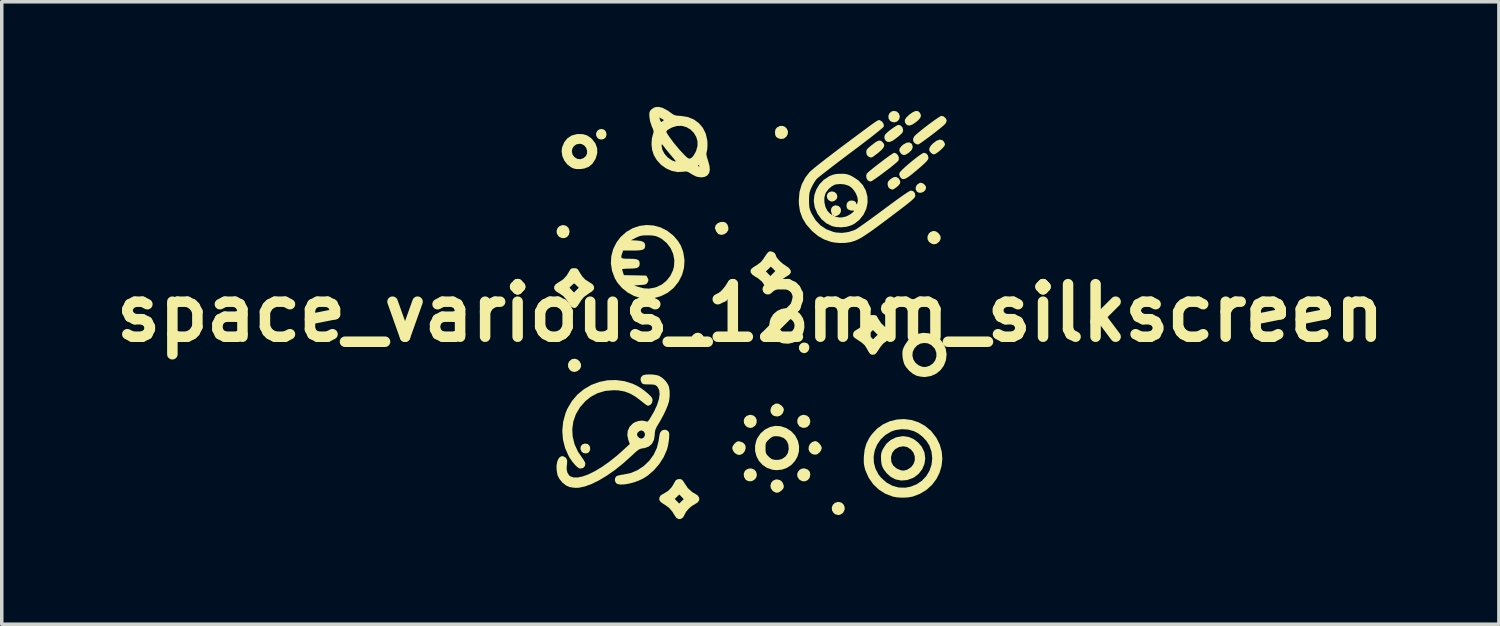
<source format=kicad_pcb>
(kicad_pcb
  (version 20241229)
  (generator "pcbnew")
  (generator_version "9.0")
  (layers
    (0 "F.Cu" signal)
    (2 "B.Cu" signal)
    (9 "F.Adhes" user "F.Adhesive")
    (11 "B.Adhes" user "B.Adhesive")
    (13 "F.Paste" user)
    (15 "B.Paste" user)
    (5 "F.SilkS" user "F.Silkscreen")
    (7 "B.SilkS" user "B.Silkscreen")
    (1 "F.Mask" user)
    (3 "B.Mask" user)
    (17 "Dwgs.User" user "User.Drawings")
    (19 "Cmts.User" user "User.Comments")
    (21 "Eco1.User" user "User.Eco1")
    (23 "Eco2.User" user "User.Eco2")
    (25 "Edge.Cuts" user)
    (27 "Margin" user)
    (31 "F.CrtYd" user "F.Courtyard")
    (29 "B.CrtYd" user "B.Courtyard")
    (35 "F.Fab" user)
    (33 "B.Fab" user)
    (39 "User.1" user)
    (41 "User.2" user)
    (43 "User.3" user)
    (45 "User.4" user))
  (footprint "space_various_12mm_silkscreen"
    (layer "F.Cu")
    (at 18.371 5.885)
    (property "Reference" "space_various_12mm_silkscreen" (at 0 0 0) (layer "F.SilkS") (effects (font (size 1.5 1.5) (thickness 0.3))))
    (attr board_only exclude_from_pos_files exclude_from_bom)
    (fp_poly (pts (xy -4.173 -5.233) (xy -4.123 -5.177) (xy -4.104 -5.095) (xy -4.124 -5.022) (xy -4.174 -4.972) (xy -4.241 -4.951) (xy -4.313 -4.962) (xy -4.362 -4.996) (xy -4.401 -5.062) (xy -4.402 -5.133) (xy -4.371 -5.197) (xy -4.312 -5.241) (xy -4.249 -5.254)) (stroke (width 0) (type solid)) (fill yes) (layer "F.SilkS"))
    (fp_poly (pts (xy 2.412 -3.45) (xy 2.466 -3.395) (xy 2.486 -3.317) (xy 2.465 -3.257) (xy 2.414 -3.208) (xy 2.349 -3.182) (xy 2.298 -3.184) (xy 2.229 -3.225) (xy 2.191 -3.285) (xy 2.185 -3.35) (xy 2.209 -3.411) (xy 2.261 -3.455) (xy 2.334 -3.471)) (stroke (width 0) (type solid)) (fill yes) (layer "F.SilkS"))
    (fp_poly (pts (xy 1.605 0.858) (xy 1.65 0.887) (xy 1.684 0.954) (xy 1.681 1.028) (xy 1.649 1.093) (xy 1.591 1.138) (xy 1.536 1.149) (xy 1.476 1.133) (xy 1.431 1.102) (xy 1.39 1.035) (xy 1.388 0.963) (xy 1.418 0.899) (xy 1.476 0.855) (xy 1.534 0.844)) (stroke (width 0) (type solid)) (fill yes) (layer "F.SilkS"))
    (fp_poly (pts (xy -4.93 1.332) (xy -4.872 1.385) (xy -4.837 1.454) (xy -4.832 1.529) (xy -4.861 1.597) (xy -4.934 1.66) (xy -5.016 1.685) (xy -5.098 1.668) (xy -5.149 1.631) (xy -5.198 1.554) (xy -5.207 1.47) (xy -5.178 1.391) (xy -5.114 1.331) (xy -5.082 1.315) (xy -5.002 1.306)) (stroke (width 0) (type solid)) (fill yes) (layer "F.SilkS"))
    (fp_poly (pts (xy -4.64 3.742) (xy -4.595 3.787) (xy -4.577 3.825) (xy -4.571 3.901) (xy -4.604 3.969) (xy -4.63 3.993) (xy -4.694 4.011) (xy -4.764 3.999) (xy -4.818 3.96) (xy -4.818 3.958) (xy -4.85 3.883) (xy -4.842 3.812) (xy -4.802 3.757) (xy -4.733 3.731) (xy -4.712 3.729)) (stroke (width 0) (type solid)) (fill yes) (layer "F.SilkS"))
    (fp_poly (pts (xy 3.959 -0.315) (xy 4.036 -0.276) (xy 4.087 -0.206) (xy 4.104 -0.127) (xy 4.084 -0.052) (xy 4.033 0.01) (xy 3.963 0.05) (xy 3.886 0.06) (xy 3.835 0.044) (xy 3.762 -0.016) (xy 3.731 -0.096) (xy 3.729 -0.128) (xy 3.748 -0.22) (xy 3.802 -0.286) (xy 3.868 -0.316)) (stroke (width 0) (type solid)) (fill yes) (layer "F.SilkS"))
    (fp_poly (pts (xy 4.184 -5.749) (xy 4.243 -5.693) (xy 4.268 -5.615) (xy 4.269 -5.605) (xy 4.248 -5.525) (xy 4.192 -5.467) (xy 4.114 -5.441) (xy 4.104 -5.441) (xy 4.035 -5.457) (xy 3.987 -5.488) (xy 3.946 -5.557) (xy 3.943 -5.632) (xy 3.972 -5.701) (xy 4.029 -5.751) (xy 4.104 -5.77)) (stroke (width 0) (type solid)) (fill yes) (layer "F.SilkS"))
    (fp_poly (pts (xy 4.903 -3.711) (xy 4.962 -3.676) (xy 5.006 -3.624) (xy 5.019 -3.579) (xy 4.999 -3.512) (xy 4.949 -3.461) (xy 4.882 -3.433) (xy 4.813 -3.432) (xy 4.754 -3.466) (xy 4.753 -3.467) (xy 4.72 -3.533) (xy 4.726 -3.604) (xy 4.766 -3.668) (xy 4.834 -3.712) (xy 4.845 -3.716)) (stroke (width 0) (type solid)) (fill yes) (layer "F.SilkS"))
    (fp_poly (pts (xy 5.3 -2.329) (xy 5.373 -2.277) (xy 5.428 -2.198) (xy 5.436 -2.12) (xy 5.398 -2.043) (xy 5.388 -2.032) (xy 5.316 -1.974) (xy 5.24 -1.96) (xy 5.17 -1.98) (xy 5.098 -2.033) (xy 5.06 -2.106) (xy 5.059 -2.187) (xy 5.094 -2.264) (xy 5.14 -2.308) (xy 5.221 -2.342)) (stroke (width 0) (type solid)) (fill yes) (layer "F.SilkS"))
    (fp_poly (pts (xy -5.255 -2.489) (xy -5.192 -2.432) (xy -5.162 -2.348) (xy -5.16 -2.319) (xy -5.179 -2.233) (xy -5.23 -2.172) (xy -5.301 -2.139) (xy -5.381 -2.138) (xy -5.459 -2.175) (xy -5.477 -2.192) (xy -5.524 -2.266) (xy -5.531 -2.346) (xy -5.505 -2.42) (xy -5.449 -2.478) (xy -5.369 -2.508) (xy -5.341 -2.51)) (stroke (width 0) (type solid)) (fill yes) (layer "F.SilkS"))
    (fp_poly (pts (xy -1.414 0.586) (xy -1.359 0.634) (xy -1.324 0.699) (xy -1.318 0.775) (xy -1.347 0.855) (xy -1.362 0.876) (xy -1.428 0.926) (xy -1.509 0.941) (xy -1.59 0.919) (xy -1.638 0.884) (xy -1.681 0.806) (xy -1.685 0.72) (xy -1.648 0.639) (xy -1.631 0.62) (xy -1.558 0.572) (xy -1.483 0.563)) (stroke (width 0) (type solid)) (fill yes) (layer "F.SilkS"))
    (fp_poly (pts (xy 0.089 2.928) (xy 0.149 2.979) (xy 0.181 3.051) (xy 0.182 3.13) (xy 0.147 3.207) (xy 0.13 3.226) (xy 0.054 3.274) (xy 0 3.283) (xy -0.082 3.262) (xy -0.13 3.226) (xy -0.179 3.15) (xy -0.188 3.069) (xy -0.162 2.996) (xy -0.105 2.939) (xy -0.022 2.91) (xy 0.006 2.908)) (stroke (width 0) (type solid)) (fill yes) (layer "F.SilkS"))
    (fp_poly (pts (xy 0.112 4.472) (xy 0.166 4.532) (xy 0.188 4.615) (xy 0.188 4.62) (xy 0.168 4.702) (xy 0.116 4.763) (xy 0.045 4.8) (xy -0.034 4.806) (xy -0.109 4.778) (xy -0.137 4.754) (xy -0.18 4.678) (xy -0.188 4.594) (xy -0.159 4.517) (xy -0.126 4.481) (xy -0.045 4.442) (xy 0.038 4.441)) (stroke (width 0) (type solid)) (fill yes) (layer "F.SilkS"))
    (fp_poly (pts (xy 0.852 4.772) (xy 0.917 4.831) (xy 0.952 4.918) (xy 0.956 4.974) (xy 0.936 5.02) (xy 0.896 5.065) (xy 0.817 5.122) (xy 0.739 5.132) (xy 0.66 5.096) (xy 0.642 5.081) (xy 0.588 5.009) (xy 0.574 4.93) (xy 0.593 4.854) (xy 0.642 4.792) (xy 0.718 4.756) (xy 0.762 4.752)) (stroke (width 0) (type solid)) (fill yes) (layer "F.SilkS"))
    (fp_poly (pts (xy 0.877 2.634) (xy 0.896 2.651) (xy 0.942 2.705) (xy 0.957 2.751) (xy 0.953 2.798) (xy 0.916 2.879) (xy 0.851 2.934) (xy 0.77 2.956) (xy 0.684 2.942) (xy 0.631 2.911) (xy 0.585 2.847) (xy 0.575 2.768) (xy 0.599 2.688) (xy 0.642 2.635) (xy 0.721 2.588) (xy 0.799 2.588)) (stroke (width 0) (type solid)) (fill yes) (layer "F.SilkS"))
    (fp_poly (pts (xy 0.993 -5.31) (xy 1.046 -5.257) (xy 1.074 -5.187) (xy 1.07 -5.109) (xy 1.032 -5.037) (xy 0.962 -4.98) (xy 0.875 -4.966) (xy 0.803 -4.985) (xy 0.744 -5.021) (xy 0.713 -5.075) (xy 0.704 -5.159) (xy 0.704 -5.172) (xy 0.72 -5.247) (xy 0.765 -5.299) (xy 0.846 -5.339) (xy 0.924 -5.34)) (stroke (width 0) (type solid)) (fill yes) (layer "F.SilkS"))
    (fp_poly (pts (xy 1.614 2.928) (xy 1.679 2.983) (xy 1.71 3.069) (xy 1.712 3.102) (xy 1.692 3.184) (xy 1.641 3.244) (xy 1.57 3.277) (xy 1.49 3.278) (xy 1.413 3.243) (xy 1.394 3.226) (xy 1.348 3.152) (xy 1.339 3.071) (xy 1.364 2.997) (xy 1.419 2.939) (xy 1.497 2.91) (xy 1.522 2.908)) (stroke (width 0) (type solid)) (fill yes) (layer "F.SilkS"))
    (fp_poly (pts (xy 2.6 5.414) (xy 2.66 5.465) (xy 2.692 5.536) (xy 2.693 5.616) (xy 2.656 5.693) (xy 2.64 5.712) (xy 2.564 5.76) (xy 2.51 5.77) (xy 2.427 5.748) (xy 2.379 5.712) (xy 2.333 5.638) (xy 2.326 5.558) (xy 2.352 5.484) (xy 2.408 5.426) (xy 2.488 5.396) (xy 2.516 5.394)) (stroke (width 0) (type solid)) (fill yes) (layer "F.SilkS"))
    (fp_poly (pts (xy 4.603 -4.833) (xy 4.622 -4.805) (xy 4.638 -4.731) (xy 4.608 -4.655) (xy 4.532 -4.58) (xy 4.522 -4.573) (xy 4.444 -4.523) (xy 4.385 -4.507) (xy 4.334 -4.524) (xy 4.292 -4.562) (xy 4.254 -4.628) (xy 4.263 -4.696) (xy 4.317 -4.767) (xy 4.378 -4.816) (xy 4.469 -4.863) (xy 4.545 -4.868)) (stroke (width 0) (type solid)) (fill yes) (layer "F.SilkS"))
    (fp_poly (pts (xy -0.705 -2.58) (xy -0.659 -2.533) (xy -0.63 -2.462) (xy -0.626 -2.386) (xy -0.633 -2.359) (xy -0.679 -2.29) (xy -0.75 -2.245) (xy -0.829 -2.229) (xy -0.903 -2.249) (xy -0.917 -2.258) (xy -0.972 -2.323) (xy -1.005 -2.404) (xy -1.008 -2.439) (xy -0.988 -2.507) (xy -0.933 -2.56) (xy -0.858 -2.594) (xy -0.775 -2.601)) (stroke (width 0) (type solid)) (fill yes) (layer "F.SilkS"))
    (fp_poly (pts (xy 1.629 4.466) (xy 1.65 4.481) (xy 1.696 4.533) (xy 1.712 4.601) (xy 1.712 4.618) (xy 1.693 4.706) (xy 1.642 4.77) (xy 1.571 4.804) (xy 1.491 4.805) (xy 1.413 4.767) (xy 1.394 4.75) (xy 1.346 4.677) (xy 1.337 4.602) (xy 1.36 4.534) (xy 1.408 4.478) (xy 1.473 4.444) (xy 1.549 4.437)) (stroke (width 0) (type solid)) (fill yes) (layer "F.SilkS"))
    (fp_poly (pts (xy 4.792 -5.761) (xy 4.843 -5.714) (xy 4.845 -5.711) (xy 4.871 -5.649) (xy 4.862 -5.588) (xy 4.815 -5.523) (xy 4.728 -5.447) (xy 4.628 -5.38) (xy 4.549 -5.351) (xy 4.486 -5.361) (xy 4.448 -5.39) (xy 4.411 -5.452) (xy 4.413 -5.515) (xy 4.457 -5.584) (xy 4.54 -5.663) (xy 4.643 -5.735) (xy 4.726 -5.768)) (stroke (width 0) (type solid)) (fill yes) (layer "F.SilkS"))
    (fp_poly (pts (xy 1.915 3.678) (xy 1.968 3.724) (xy 2.014 3.784) (xy 2.039 3.841) (xy 2.04 3.855) (xy 2.02 3.924) (xy 1.97 3.99) (xy 1.904 4.036) (xy 1.876 4.044) (xy 1.812 4.042) (xy 1.756 4.022) (xy 1.692 3.965) (xy 1.663 3.893) (xy 1.668 3.815) (xy 1.701 3.744) (xy 1.76 3.688) (xy 1.841 3.66) (xy 1.868 3.659)) (stroke (width 0) (type solid)) (fill yes) (layer "F.SilkS"))
    (fp_poly (pts (xy 5.478 -4.937) (xy 5.522 -4.897) (xy 5.55 -4.844) (xy 5.558 -4.807) (xy 5.541 -4.767) (xy 5.494 -4.712) (xy 5.431 -4.65) (xy 5.36 -4.592) (xy 5.295 -4.548) (xy 5.246 -4.527) (xy 5.239 -4.527) (xy 5.202 -4.54) (xy 5.159 -4.569) (xy 5.112 -4.629) (xy 5.109 -4.697) (xy 5.152 -4.775) (xy 5.221 -4.846) (xy 5.321 -4.919) (xy 5.407 -4.949)) (stroke (width 0) (type solid)) (fill yes) (layer "F.SilkS"))
    (fp_poly (pts (xy -0.3 3.668) (xy -0.211 3.7) (xy -0.155 3.758) (xy -0.138 3.794) (xy -0.133 3.866) (xy -0.158 3.944) (xy -0.206 4.008) (xy -0.247 4.034) (xy -0.301 4.052) (xy -0.339 4.052) (xy -0.39 4.034) (xy -0.39 4.034) (xy -0.456 3.987) (xy -0.502 3.915) (xy -0.516 3.851) (xy -0.5 3.8) (xy -0.46 3.741) (xy -0.445 3.725) (xy -0.391 3.679) (xy -0.345 3.663)) (stroke (width 0) (type solid)) (fill yes) (layer "F.SilkS"))
    (fp_poly (pts (xy 4.225 -3.85) (xy 4.251 -3.82) (xy 4.282 -3.755) (xy 4.273 -3.693) (xy 4.22 -3.628) (xy 4.169 -3.587) (xy 4.108 -3.544) (xy 4.07 -3.524) (xy 4.039 -3.525) (xy 3.999 -3.542) (xy 3.987 -3.548) (xy 3.942 -3.587) (xy 3.922 -3.652) (xy 3.921 -3.662) (xy 3.922 -3.719) (xy 3.942 -3.762) (xy 3.991 -3.81) (xy 4.003 -3.821) (xy 4.088 -3.875) (xy 4.161 -3.885)) (stroke (width 0) (type solid)) (fill yes) (layer "F.SilkS"))
    (fp_poly (pts (xy 3.75 -4.902) (xy 3.776 -4.878) (xy 3.815 -4.827) (xy 3.824 -4.776) (xy 3.801 -4.719) (xy 3.743 -4.652) (xy 3.649 -4.57) (xy 3.581 -4.518) (xy 3.514 -4.468) (xy 3.471 -4.443) (xy 3.439 -4.438) (xy 3.404 -4.45) (xy 3.377 -4.463) (xy 3.332 -4.502) (xy 3.312 -4.568) (xy 3.312 -4.576) (xy 3.312 -4.626) (xy 3.327 -4.666) (xy 3.367 -4.71) (xy 3.415 -4.751) (xy 3.522 -4.837) (xy 3.601 -4.892) (xy 3.661 -4.919) (xy 3.708 -4.922)) (stroke (width 0) (type solid)) (fill yes) (layer "F.SilkS"))
    (fp_poly (pts (xy 4.296 -5.35) (xy 4.344 -5.297) (xy 4.362 -5.228) (xy 4.36 -5.191) (xy 4.349 -5.16) (xy 4.323 -5.126) (xy 4.276 -5.081) (xy 4.2 -5.017) (xy 4.179 -5) (xy 4.074 -4.923) (xy 3.989 -4.884) (xy 3.922 -4.882) (xy 3.866 -4.916) (xy 3.862 -4.921) (xy 3.827 -4.99) (xy 3.834 -5.064) (xy 3.852 -5.095) (xy 3.897 -5.143) (xy 3.964 -5.2) (xy 4.042 -5.26) (xy 4.119 -5.313) (xy 4.186 -5.353) (xy 4.229 -5.371) (xy 4.233 -5.371)) (stroke (width 0) (type solid)) (fill yes) (layer "F.SilkS"))
    (fp_poly (pts (xy 5.024 -4.553) (xy 5.07 -4.499) (xy 5.086 -4.428) (xy 5.085 -4.418) (xy 5.075 -4.386) (xy 5.046 -4.345) (xy 4.996 -4.291) (xy 4.918 -4.219) (xy 4.81 -4.125) (xy 4.766 -4.087) (xy 4.635 -3.978) (xy 4.532 -3.898) (xy 4.453 -3.847) (xy 4.393 -3.823) (xy 4.346 -3.822) (xy 4.309 -3.844) (xy 4.277 -3.883) (xy 4.251 -3.946) (xy 4.259 -4) (xy 4.286 -4.037) (xy 4.342 -4.095) (xy 4.42 -4.168) (xy 4.513 -4.249) (xy 4.613 -4.332) (xy 4.713 -4.412) (xy 4.805 -4.482) (xy 4.882 -4.535) (xy 4.937 -4.567) (xy 4.957 -4.573)) (stroke (width 0) (type solid)) (fill yes) (layer "F.SilkS"))
    (fp_poly (pts (xy 4.168 -4.553) (xy 4.216 -4.501) (xy 4.242 -4.435) (xy 4.237 -4.369) (xy 4.227 -4.349) (xy 4.196 -4.316) (xy 4.136 -4.264) (xy 4.054 -4.196) (xy 3.956 -4.119) (xy 3.85 -4.038) (xy 3.743 -3.958) (xy 3.641 -3.884) (xy 3.553 -3.822) (xy 3.485 -3.777) (xy 3.443 -3.754) (xy 3.436 -3.753) (xy 3.38 -3.769) (xy 3.346 -3.795) (xy 3.315 -3.856) (xy 3.309 -3.927) (xy 3.325 -3.977) (xy 3.354 -4.008) (xy 3.413 -4.059) (xy 3.494 -4.125) (xy 3.59 -4.201) (xy 3.694 -4.282) (xy 3.801 -4.362) (xy 3.901 -4.437) (xy 3.989 -4.5) (xy 4.057 -4.546) (xy 4.099 -4.571) (xy 4.107 -4.573)) (stroke (width 0) (type solid)) (fill yes) (layer "F.SilkS"))
    (fp_poly (pts (xy 5.52 -5.61) (xy 5.574 -5.564) (xy 5.604 -5.507) (xy 5.605 -5.491) (xy 5.591 -5.44) (xy 5.564 -5.398) (xy 5.526 -5.361) (xy 5.461 -5.305) (xy 5.375 -5.236) (xy 5.276 -5.157) (xy 5.17 -5.076) (xy 5.065 -4.997) (xy 4.967 -4.925) (xy 4.884 -4.866) (xy 4.822 -4.825) (xy 4.789 -4.808) (xy 4.787 -4.808) (xy 4.739 -4.821) (xy 4.696 -4.844) (xy 4.652 -4.9) (xy 4.647 -4.969) (xy 4.681 -5.041) (xy 4.708 -5.071) (xy 4.779 -5.134) (xy 4.869 -5.209) (xy 4.972 -5.29) (xy 5.081 -5.373) (xy 5.188 -5.453) (xy 5.286 -5.523) (xy 5.369 -5.579) (xy 5.43 -5.616) (xy 5.459 -5.628)) (stroke (width 0) (type solid)) (fill yes) (layer "F.SilkS"))
    (fp_poly (pts (xy -2.404 3.338) (xy -2.348 3.371) (xy -2.322 3.411) (xy -2.314 3.47) (xy -2.317 3.56) (xy -2.329 3.668) (xy -2.348 3.78) (xy -2.374 3.884) (xy -2.381 3.907) (xy -2.472 4.114) (xy -2.599 4.313) (xy -2.755 4.493) (xy -2.93 4.644) (xy -3.051 4.722) (xy -3.18 4.784) (xy -3.317 4.834) (xy -3.455 4.871) (xy -3.584 4.893) (xy -3.696 4.899) (xy -3.782 4.887) (xy -3.831 4.859) (xy -3.865 4.794) (xy -3.864 4.724) (xy -3.83 4.668) (xy -3.817 4.659) (xy -3.765 4.639) (xy -3.687 4.621) (xy -3.619 4.612) (xy -3.412 4.569) (xy -3.217 4.486) (xy -3.04 4.368) (xy -2.886 4.22) (xy -2.76 4.048) (xy -2.669 3.857) (xy -2.618 3.653) (xy -2.613 3.617) (xy -2.601 3.53) (xy -2.585 3.452) (xy -2.575 3.418) (xy -2.533 3.362) (xy -2.471 3.335)) (stroke (width 0) (type solid)) (fill yes) (layer "F.SilkS"))
    (fp_poly (pts (xy -4.779 -5.105) (xy -4.657 -5.068) (xy -4.548 -4.993) (xy -4.517 -4.963) (xy -4.422 -4.84) (xy -4.373 -4.705) (xy -4.369 -4.563) (xy -4.412 -4.416) (xy -4.427 -4.384) (xy -4.51 -4.257) (xy -4.614 -4.171) (xy -4.743 -4.123) (xy -4.85 -4.109) (xy -4.947 -4.107) (xy -5.019 -4.118) (xy -5.086 -4.143) (xy -5.113 -4.157) (xy -5.225 -4.24) (xy -5.312 -4.352) (xy -5.368 -4.482) (xy -5.385 -4.602) (xy -5.095 -4.602) (xy -5.072 -4.516) (xy -5.02 -4.45) (xy -4.936 -4.398) (xy -4.847 -4.39) (xy -4.762 -4.421) (xy -4.695 -4.477) (xy -4.662 -4.552) (xy -4.66 -4.634) (xy -4.686 -4.714) (xy -4.738 -4.78) (xy -4.813 -4.822) (xy -4.876 -4.831) (xy -4.969 -4.812) (xy -5.04 -4.76) (xy -5.083 -4.686) (xy -5.095 -4.602) (xy -5.385 -4.602) (xy -5.387 -4.618) (xy -5.373 -4.728) (xy -5.312 -4.875) (xy -5.22 -4.989) (xy -5.099 -5.067) (xy -4.954 -5.106) (xy -4.926 -5.108)) (stroke (width 0) (type solid)) (fill yes) (layer "F.SilkS"))
    (fp_poly (pts (xy 1.163 -0.125) (xy 1.292 -0.076) (xy 1.406 0.011) (xy 1.423 0.029) (xy 1.5 0.144) (xy 1.539 0.272) (xy 1.543 0.424) (xy 1.543 0.425) (xy 1.511 0.566) (xy 1.443 0.686) (xy 1.344 0.781) (xy 1.223 0.847) (xy 1.086 0.878) (xy 0.941 0.869) (xy 0.885 0.855) (xy 0.774 0.8) (xy 0.671 0.714) (xy 0.592 0.613) (xy 0.572 0.572) (xy 0.546 0.466) (xy 0.544 0.388) (xy 0.821 0.388) (xy 0.842 0.461) (xy 0.897 0.526) (xy 0.972 0.572) (xy 1.044 0.586) (xy 1.122 0.573) (xy 1.19 0.525) (xy 1.198 0.518) (xy 1.252 0.436) (xy 1.265 0.347) (xy 1.241 0.263) (xy 1.183 0.194) (xy 1.093 0.151) (xy 1.092 0.151) (xy 1.003 0.15) (xy 0.923 0.188) (xy 0.86 0.255) (xy 0.825 0.344) (xy 0.821 0.388) (xy 0.544 0.388) (xy 0.542 0.341) (xy 0.561 0.218) (xy 0.584 0.151) (xy 0.662 0.03) (xy 0.768 -0.059) (xy 0.892 -0.116) (xy 1.027 -0.138)) (stroke (width 0) (type solid)) (fill yes) (layer "F.SilkS"))
    (fp_poly (pts (xy -1.946 4.763) (xy -1.898 4.825) (xy -1.881 4.855) (xy -1.782 5.002) (xy -1.66 5.113) (xy -1.581 5.158) (xy -1.498 5.214) (xy -1.458 5.28) (xy -1.46 5.348) (xy -1.505 5.411) (xy -1.572 5.453) (xy -1.669 5.511) (xy -1.761 5.591) (xy -1.835 5.68) (xy -1.877 5.759) (xy -1.918 5.834) (xy -1.977 5.878) (xy -2.042 5.886) (xy -2.102 5.858) (xy -2.123 5.834) (xy -2.157 5.783) (xy -2.202 5.713) (xy -2.227 5.672) (xy -2.315 5.567) (xy -2.429 5.484) (xy -2.52 5.426) (xy -2.575 5.379) (xy -2.598 5.333) (xy -2.598 5.309) (xy -2.158 5.309) (xy -2.095 5.375) (xy -2.031 5.441) (xy -1.966 5.378) (xy -1.9 5.315) (xy -1.963 5.249) (xy -2.026 5.183) (xy -2.092 5.246) (xy -2.158 5.309) (xy -2.598 5.309) (xy -2.597 5.28) (xy -2.594 5.268) (xy -2.565 5.215) (xy -2.501 5.172) (xy -2.478 5.161) (xy -2.349 5.082) (xy -2.242 4.971) (xy -2.179 4.863) (xy -2.134 4.784) (xy -2.08 4.748) (xy -2.079 4.748) (xy -2.003 4.74)) (stroke (width 0) (type solid)) (fill yes) (layer "F.SilkS"))
    (fp_poly (pts (xy 0.645 -1.743) (xy 0.698 -1.706) (xy 0.726 -1.659) (xy 0.727 -1.649) (xy 0.745 -1.6) (xy 0.792 -1.536) (xy 0.858 -1.466) (xy 0.934 -1.401) (xy 0.999 -1.357) (xy 1.097 -1.289) (xy 1.15 -1.222) (xy 1.158 -1.157) (xy 1.12 -1.098) (xy 1.041 -1.047) (xy 0.905 -0.959) (xy 0.792 -0.835) (xy 0.738 -0.748) (xy 0.679 -0.661) (xy 0.615 -0.614) (xy 0.55 -0.609) (xy 0.49 -0.648) (xy 0.487 -0.651) (xy 0.454 -0.699) (xy 0.418 -0.765) (xy 0.412 -0.776) (xy 0.335 -0.893) (xy 0.219 -0.991) (xy 0.141 -1.036) (xy 0.057 -1.094) (xy 0.011 -1.157) (xy 0.009 -1.187) (xy 0.445 -1.187) (xy 0.509 -1.121) (xy 0.573 -1.054) (xy 0.644 -1.125) (xy 0.714 -1.196) (xy 0.651 -1.26) (xy 0.587 -1.323) (xy 0.516 -1.255) (xy 0.445 -1.187) (xy 0.009 -1.187) (xy 0.007 -1.219) (xy 0.036 -1.266) (xy 0.085 -1.304) (xy 0.154 -1.348) (xy 0.188 -1.367) (xy 0.297 -1.449) (xy 0.369 -1.538) (xy 0.432 -1.634) (xy 0.477 -1.697) (xy 0.509 -1.734) (xy 0.536 -1.753) (xy 0.564 -1.758) (xy 0.584 -1.759)) (stroke (width 0) (type solid)) (fill yes) (layer "F.SilkS"))
    (fp_poly (pts (xy 3.566 0.062) (xy 3.602 0.081) (xy 3.633 0.127) (xy 3.648 0.158) (xy 3.734 0.291) (xy 3.848 0.402) (xy 3.955 0.468) (xy 4.033 0.516) (xy 4.07 0.571) (xy 4.072 0.578) (xy 4.077 0.635) (xy 4.057 0.683) (xy 4.005 0.73) (xy 3.916 0.786) (xy 3.914 0.786) (xy 3.79 0.878) (xy 3.712 0.974) (xy 3.664 1.048) (xy 3.62 1.113) (xy 3.6 1.143) (xy 3.544 1.187) (xy 3.474 1.193) (xy 3.428 1.175) (xy 3.401 1.145) (xy 3.363 1.085) (xy 3.333 1.029) (xy 3.268 0.925) (xy 3.181 0.846) (xy 3.154 0.827) (xy 3.057 0.764) (xy 2.993 0.72) (xy 2.956 0.688) (xy 2.938 0.661) (xy 2.934 0.633) (xy 2.935 0.615) (xy 3.374 0.615) (xy 3.439 0.683) (xy 3.504 0.751) (xy 3.57 0.687) (xy 3.636 0.623) (xy 3.569 0.556) (xy 3.501 0.488) (xy 3.437 0.552) (xy 3.374 0.615) (xy 2.935 0.615) (xy 2.936 0.602) (xy 2.948 0.553) (xy 2.979 0.515) (xy 3.042 0.475) (xy 3.057 0.467) (xy 3.18 0.387) (xy 3.274 0.293) (xy 3.351 0.172) (xy 3.389 0.106) (xy 3.421 0.073) (xy 3.462 0.06) (xy 3.506 0.059)) (stroke (width 0) (type solid)) (fill yes) (layer "F.SilkS"))
    (fp_poly (pts (xy 4.524 3.54) (xy 4.665 3.602) (xy 4.791 3.698) (xy 4.894 3.819) (xy 4.963 3.959) (xy 4.974 3.995) (xy 4.994 4.154) (xy 4.971 4.311) (xy 4.909 4.458) (xy 4.812 4.586) (xy 4.683 4.689) (xy 4.638 4.713) (xy 4.475 4.771) (xy 4.309 4.784) (xy 4.147 4.752) (xy 4.143 4.75) (xy 4.008 4.679) (xy 3.888 4.57) (xy 3.811 4.468) (xy 3.771 4.394) (xy 3.748 4.321) (xy 3.736 4.23) (xy 3.733 4.182) (xy 3.731 4.125) (xy 4.017 4.125) (xy 4.026 4.25) (xy 4.077 4.353) (xy 4.168 4.433) (xy 4.199 4.45) (xy 4.297 4.491) (xy 4.381 4.5) (xy 4.468 4.478) (xy 4.486 4.471) (xy 4.589 4.404) (xy 4.66 4.313) (xy 4.696 4.207) (xy 4.695 4.095) (xy 4.657 3.986) (xy 4.588 3.901) (xy 4.484 3.83) (xy 4.372 3.806) (xy 4.249 3.828) (xy 4.233 3.834) (xy 4.125 3.897) (xy 4.053 3.99) (xy 4.018 4.111) (xy 4.017 4.125) (xy 3.731 4.125) (xy 3.73 4.083) (xy 3.738 4.01) (xy 3.759 3.943) (xy 3.787 3.882) (xy 3.882 3.737) (xy 4.008 3.626) (xy 4.158 3.552) (xy 4.329 3.52) (xy 4.376 3.518)) (stroke (width 0) (type solid)) (fill yes) (layer "F.SilkS"))
    (fp_poly (pts (xy 5.096 0.58) (xy 5.259 0.637) (xy 5.281 0.649) (xy 5.415 0.747) (xy 5.516 0.876) (xy 5.581 1.027) (xy 5.604 1.186) (xy 5.584 1.354) (xy 5.525 1.504) (xy 5.431 1.632) (xy 5.309 1.732) (xy 5.162 1.799) (xy 4.998 1.827) (xy 4.962 1.828) (xy 4.866 1.818) (xy 4.768 1.798) (xy 4.74 1.789) (xy 4.638 1.735) (xy 4.535 1.649) (xy 4.447 1.547) (xy 4.398 1.466) (xy 4.372 1.389) (xy 4.351 1.29) (xy 4.344 1.221) (xy 4.628 1.221) (xy 4.656 1.329) (xy 4.717 1.424) (xy 4.808 1.496) (xy 4.815 1.499) (xy 4.915 1.538) (xy 5.004 1.543) (xy 5.101 1.514) (xy 5.127 1.503) (xy 5.218 1.438) (xy 5.282 1.346) (xy 5.313 1.239) (xy 5.31 1.129) (xy 5.27 1.026) (xy 5.259 1.01) (xy 5.17 0.919) (xy 5.072 0.869) (xy 4.972 0.856) (xy 4.857 0.874) (xy 4.76 0.929) (xy 4.686 1.01) (xy 4.637 1.111) (xy 4.628 1.221) (xy 4.344 1.221) (xy 4.344 1.22) (xy 4.341 1.133) (xy 4.349 1.066) (xy 4.372 0.999) (xy 4.413 0.915) (xy 4.511 0.772) (xy 4.635 0.665) (xy 4.778 0.596) (xy 4.934 0.567)) (stroke (width 0) (type solid)) (fill yes) (layer "F.SilkS"))
    (fp_poly (pts (xy 0.861 3.232) (xy 0.867 3.233) (xy 1.031 3.288) (xy 1.171 3.379) (xy 1.28 3.498) (xy 1.282 3.501) (xy 1.359 3.651) (xy 1.392 3.804) (xy 1.388 3.955) (xy 1.348 4.097) (xy 1.276 4.225) (xy 1.177 4.334) (xy 1.054 4.418) (xy 0.911 4.471) (xy 0.752 4.488) (xy 0.637 4.477) (xy 0.482 4.426) (xy 0.352 4.341) (xy 0.248 4.227) (xy 0.176 4.092) (xy 0.137 3.943) (xy 0.137 3.855) (xy 0.434 3.855) (xy 0.436 3.942) (xy 0.447 3.999) (xy 0.47 4.043) (xy 0.504 4.082) (xy 0.559 4.133) (xy 0.61 4.17) (xy 0.622 4.176) (xy 0.706 4.194) (xy 0.805 4.193) (xy 0.894 4.173) (xy 0.91 4.165) (xy 1.011 4.094) (xy 1.071 4.002) (xy 1.096 3.888) (xy 1.086 3.756) (xy 1.039 3.65) (xy 0.957 3.572) (xy 0.843 3.528) (xy 0.744 3.518) (xy 0.673 3.522) (xy 0.619 3.541) (xy 0.563 3.583) (xy 0.533 3.61) (xy 0.479 3.662) (xy 0.45 3.704) (xy 0.437 3.753) (xy 0.434 3.827) (xy 0.434 3.855) (xy 0.137 3.855) (xy 0.136 3.786) (xy 0.176 3.629) (xy 0.201 3.573) (xy 0.294 3.437) (xy 0.415 3.331) (xy 0.555 3.259) (xy 0.707 3.224)) (stroke (width 0) (type solid)) (fill yes) (layer "F.SilkS"))
    (fp_poly (pts (xy -4.974 -1.275) (xy -4.937 -1.258) (xy -4.905 -1.216) (xy -4.877 -1.168) (xy -4.799 -1.044) (xy -4.713 -0.954) (xy -4.603 -0.883) (xy -4.591 -0.877) (xy -4.51 -0.825) (xy -4.469 -0.771) (xy -4.465 -0.758) (xy -4.459 -0.704) (xy -4.478 -0.658) (xy -4.526 -0.611) (xy -4.61 -0.556) (xy -4.631 -0.543) (xy -4.752 -0.454) (xy -4.832 -0.356) (xy -4.893 -0.259) (xy -4.937 -0.196) (xy -4.971 -0.16) (xy -5.002 -0.144) (xy -5.031 -0.141) (xy -5.088 -0.16) (xy -5.124 -0.193) (xy -5.157 -0.243) (xy -5.204 -0.313) (xy -5.237 -0.363) (xy -5.335 -0.478) (xy -5.439 -0.551) (xy -5.529 -0.606) (xy -5.581 -0.654) (xy -5.602 -0.702) (xy -5.6 -0.721) (xy -5.163 -0.721) (xy -5.098 -0.653) (xy -5.033 -0.585) (xy -4.965 -0.653) (xy -4.897 -0.721) (xy -4.959 -0.782) (xy -5.002 -0.823) (xy -5.028 -0.843) (xy -5.031 -0.844) (xy -5.052 -0.829) (xy -5.092 -0.793) (xy -5.102 -0.783) (xy -5.163 -0.721) (xy -5.6 -0.721) (xy -5.597 -0.758) (xy -5.597 -0.758) (xy -5.564 -0.813) (xy -5.492 -0.865) (xy -5.47 -0.877) (xy -5.341 -0.961) (xy -5.24 -1.072) (xy -5.179 -1.173) (xy -5.143 -1.236) (xy -5.111 -1.267) (xy -5.067 -1.277) (xy -5.03 -1.278)) (stroke (width 0) (type solid)) (fill yes) (layer "F.SilkS"))
    (fp_poly (pts (xy -3.591 1.948) (xy -3.352 2.023) (xy -3.233 2.08) (xy -3.134 2.139) (xy -3.026 2.215) (xy -2.934 2.291) (xy -2.86 2.36) (xy -2.817 2.41) (xy -2.796 2.453) (xy -2.791 2.498) (xy -2.791 2.498) (xy -2.809 2.571) (xy -2.856 2.626) (xy -2.918 2.65) (xy -2.923 2.65) (xy -2.953 2.636) (xy -3.008 2.598) (xy -3.078 2.544) (xy -3.1 2.525) (xy -3.271 2.394) (xy -3.432 2.301) (xy -3.592 2.241) (xy -3.763 2.211) (xy -3.9 2.205) (xy -4.139 2.225) (xy -4.356 2.288) (xy -4.554 2.393) (xy -4.706 2.515) (xy -4.863 2.693) (xy -4.979 2.889) (xy -5.052 3.097) (xy -5.083 3.314) (xy -5.071 3.533) (xy -5.017 3.75) (xy -4.919 3.962) (xy -4.807 4.126) (xy -4.756 4.198) (xy -4.721 4.264) (xy -4.708 4.307) (xy -4.728 4.381) (xy -4.779 4.429) (xy -4.85 4.441) (xy -4.893 4.431) (xy -4.944 4.397) (xy -5.009 4.332) (xy -5.08 4.247) (xy -5.147 4.15) (xy -5.182 4.093) (xy -5.287 3.859) (xy -5.349 3.613) (xy -5.368 3.36) (xy -5.343 3.106) (xy -5.275 2.858) (xy -5.221 2.73) (xy -5.092 2.513) (xy -4.932 2.326) (xy -4.745 2.173) (xy -4.537 2.053) (xy -4.312 1.969) (xy -4.076 1.922) (xy -3.834 1.915)) (stroke (width 0) (type solid)) (fill yes) (layer "F.SilkS"))
    (fp_poly (pts (xy 4.598 3.055) (xy 4.798 3.119) (xy 4.985 3.221) (xy 5.153 3.362) (xy 5.173 3.383) (xy 5.312 3.564) (xy 5.409 3.758) (xy 5.465 3.96) (xy 5.482 4.164) (xy 5.461 4.366) (xy 5.404 4.56) (xy 5.313 4.742) (xy 5.188 4.907) (xy 5.031 5.049) (xy 4.843 5.163) (xy 4.645 5.24) (xy 4.506 5.266) (xy 4.345 5.274) (xy 4.183 5.264) (xy 4.063 5.241) (xy 3.855 5.161) (xy 3.669 5.043) (xy 3.509 4.89) (xy 3.381 4.708) (xy 3.289 4.502) (xy 3.28 4.475) (xy 3.255 4.377) (xy 3.241 4.285) (xy 3.239 4.18) (xy 3.242 4.101) (xy 3.521 4.101) (xy 3.528 4.277) (xy 3.575 4.449) (xy 3.661 4.612) (xy 3.733 4.703) (xy 3.886 4.839) (xy 4.055 4.933) (xy 4.236 4.983) (xy 4.425 4.988) (xy 4.568 4.962) (xy 4.748 4.892) (xy 4.902 4.787) (xy 5.026 4.654) (xy 5.118 4.499) (xy 5.175 4.327) (xy 5.194 4.146) (xy 5.173 3.961) (xy 5.109 3.779) (xy 5.031 3.657) (xy 4.922 3.539) (xy 4.796 3.44) (xy 4.674 3.375) (xy 4.501 3.329) (xy 4.32 3.318) (xy 4.144 3.343) (xy 4.022 3.385) (xy 3.855 3.485) (xy 3.72 3.613) (xy 3.618 3.763) (xy 3.552 3.927) (xy 3.521 4.101) (xy 3.242 4.101) (xy 3.242 4.097) (xy 3.264 3.901) (xy 3.313 3.731) (xy 3.393 3.573) (xy 3.468 3.465) (xy 3.618 3.304) (xy 3.791 3.179) (xy 3.982 3.092) (xy 4.184 3.042) (xy 4.392 3.029)) (stroke (width 0) (type solid)) (fill yes) (layer "F.SilkS"))
    (fp_poly (pts (xy 2.684 -3.972) (xy 2.761 -3.96) (xy 2.835 -3.935) (xy 2.922 -3.893) (xy 3.085 -3.786) (xy 3.211 -3.653) (xy 3.298 -3.496) (xy 3.344 -3.321) (xy 3.348 -3.15) (xy 3.311 -2.972) (xy 3.233 -2.808) (xy 3.12 -2.665) (xy 2.978 -2.551) (xy 2.889 -2.504) (xy 2.749 -2.461) (xy 2.59 -2.445) (xy 2.432 -2.456) (xy 2.327 -2.482) (xy 2.165 -2.564) (xy 2.027 -2.683) (xy 1.957 -2.779) (xy 2.369 -2.779) (xy 2.381 -2.767) (xy 2.392 -2.779) (xy 2.381 -2.791) (xy 2.369 -2.779) (xy 1.957 -2.779) (xy 1.917 -2.834) (xy 1.841 -3.01) (xy 1.838 -3.021) (xy 1.812 -3.191) (xy 1.821 -3.288) (xy 2.113 -3.288) (xy 2.115 -3.157) (xy 2.145 -3.029) (xy 2.201 -2.917) (xy 2.279 -2.835) (xy 2.28 -2.834) (xy 2.326 -2.803) (xy 2.34 -2.798) (xy 2.331 -2.82) (xy 2.325 -2.833) (xy 2.3 -2.915) (xy 2.313 -2.99) (xy 2.356 -3.046) (xy 2.426 -3.072) (xy 2.441 -3.072) (xy 2.517 -3.055) (xy 2.567 -3.009) (xy 2.589 -2.947) (xy 2.583 -2.88) (xy 2.548 -2.82) (xy 2.483 -2.779) (xy 2.468 -2.775) (xy 2.404 -2.759) (xy 2.463 -2.742) (xy 2.538 -2.726) (xy 2.61 -2.727) (xy 2.701 -2.745) (xy 2.709 -2.747) (xy 2.764 -2.767) (xy 2.823 -2.799) (xy 2.88 -2.836) (xy 2.927 -2.873) (xy 2.956 -2.904) (xy 2.96 -2.922) (xy 2.934 -2.923) (xy 2.861 -2.926) (xy 2.792 -2.958) (xy 2.762 -2.988) (xy 2.745 -3.049) (xy 2.755 -3.121) (xy 2.783 -3.17) (xy 2.836 -3.203) (xy 2.902 -3.211) (xy 2.965 -3.197) (xy 3.012 -3.164) (xy 3.026 -3.124) (xy 3.029 -3.098) (xy 3.043 -3.112) (xy 3.052 -3.127) (xy 3.071 -3.203) (xy 3.059 -3.297) (xy 3.021 -3.399) (xy 2.962 -3.496) (xy 2.888 -3.579) (xy 2.81 -3.632) (xy 2.696 -3.669) (xy 2.568 -3.682) (xy 2.447 -3.671) (xy 2.4 -3.657) (xy 2.318 -3.61) (xy 2.234 -3.536) (xy 2.167 -3.451) (xy 2.143 -3.407) (xy 2.113 -3.288) (xy 1.821 -3.288) (xy 1.828 -3.362) (xy 1.884 -3.525) (xy 1.975 -3.675) (xy 2.099 -3.803) (xy 2.251 -3.902) (xy 2.272 -3.912) (xy 2.362 -3.948) (xy 2.449 -3.967) (xy 2.556 -3.974) (xy 2.583 -3.974)) (stroke (width 0) (type solid)) (fill yes) (layer "F.SilkS"))
    (fp_poly (pts (xy -2.759 -2.497) (xy -2.562 -2.443) (xy -2.375 -2.349) (xy -2.205 -2.215) (xy -2.172 -2.182) (xy -2.06 -2.049) (xy -1.98 -1.916) (xy -1.923 -1.763) (xy -1.911 -1.72) (xy -1.879 -1.506) (xy -1.892 -1.293) (xy -1.948 -1.088) (xy -2.045 -0.896) (xy -2.181 -0.724) (xy -2.191 -0.714) (xy -2.356 -0.579) (xy -2.543 -0.484) (xy -2.718 -0.432) (xy -2.839 -0.41) (xy -2.938 -0.403) (xy -3.038 -0.411) (xy -3.131 -0.426) (xy -3.321 -0.485) (xy -3.502 -0.584) (xy -3.664 -0.714) (xy -3.797 -0.87) (xy -3.868 -0.99) (xy -3.947 -1.199) (xy -3.98 -1.412) (xy -3.97 -1.591) (xy -3.684 -1.591) (xy -3.664 -1.565) (xy -3.613 -1.552) (xy -3.524 -1.548) (xy -3.464 -1.548) (xy -3.337 -1.545) (xy -3.249 -1.533) (xy -3.195 -1.509) (xy -3.167 -1.47) (xy -3.158 -1.413) (xy -3.158 -1.407) (xy -3.166 -1.348) (xy -3.194 -1.307) (xy -3.248 -1.282) (xy -3.335 -1.27) (xy -3.452 -1.266) (xy -3.544 -1.264) (xy -3.615 -1.259) (xy -3.654 -1.251) (xy -3.659 -1.247) (xy -3.652 -1.212) (xy -3.634 -1.157) (xy -3.633 -1.153) (xy -3.608 -1.08) (xy -3.288 -1.074) (xy -2.969 -1.067) (xy -2.933 -1.003) (xy -2.91 -0.952) (xy -2.914 -0.91) (xy -2.932 -0.874) (xy -2.955 -0.84) (xy -2.984 -0.82) (xy -3.033 -0.807) (xy -3.112 -0.8) (xy -3.144 -0.797) (xy -3.319 -0.786) (xy -3.201 -0.746) (xy -3.043 -0.704) (xy -2.898 -0.695) (xy -2.747 -0.72) (xy -2.678 -0.74) (xy -2.526 -0.812) (xy -2.392 -0.922) (xy -2.283 -1.06) (xy -2.207 -1.22) (xy -2.178 -1.331) (xy -2.169 -1.512) (xy -2.203 -1.688) (xy -2.276 -1.851) (xy -2.385 -1.994) (xy -2.524 -2.111) (xy -2.624 -2.166) (xy -2.699 -2.194) (xy -2.784 -2.21) (xy -2.894 -2.216) (xy -2.932 -2.216) (xy -3.038 -2.214) (xy -3.117 -2.205) (xy -3.184 -2.185) (xy -3.26 -2.151) (xy -3.27 -2.146) (xy -3.41 -2.076) (xy -3.248 -2.069) (xy -3.131 -2.056) (xy -3.054 -2.029) (xy -3.013 -1.985) (xy -3.002 -1.927) (xy -3.008 -1.871) (xy -3.03 -1.831) (xy -3.074 -1.805) (xy -3.148 -1.79) (xy -3.258 -1.783) (xy -3.355 -1.782) (xy -3.631 -1.782) (xy -3.656 -1.709) (xy -3.679 -1.638) (xy -3.684 -1.591) (xy -3.97 -1.591) (xy -3.968 -1.624) (xy -3.913 -1.829) (xy -3.815 -2.022) (xy -3.701 -2.17) (xy -3.539 -2.315) (xy -3.358 -2.42) (xy -3.163 -2.486) (xy -2.962 -2.511)) (stroke (width 0) (type solid)) (fill yes) (layer "F.SilkS"))
    (fp_poly (pts (xy 3.691 -5.505) (xy 3.703 -5.501) (xy 3.705 -5.5) (xy 3.763 -5.462) (xy 3.803 -5.402) (xy 3.814 -5.337) (xy 3.811 -5.323) (xy 3.789 -5.298) (xy 3.731 -5.247) (xy 3.641 -5.173) (xy 3.522 -5.078) (xy 3.375 -4.964) (xy 3.204 -4.833) (xy 3.012 -4.687) (xy 2.874 -4.584) (xy 2.689 -4.445) (xy 2.514 -4.313) (xy 2.352 -4.189) (xy 2.208 -4.078) (xy 2.086 -3.983) (xy 1.989 -3.906) (xy 1.922 -3.85) (xy 1.888 -3.819) (xy 1.888 -3.819) (xy 1.843 -3.756) (xy 1.792 -3.67) (xy 1.75 -3.588) (xy 1.715 -3.51) (xy 1.693 -3.443) (xy 1.682 -3.372) (xy 1.678 -3.279) (xy 1.677 -3.213) (xy 1.679 -3.102) (xy 1.685 -3.022) (xy 1.701 -2.955) (xy 1.728 -2.885) (xy 1.751 -2.834) (xy 1.863 -2.649) (xy 2.004 -2.5) (xy 2.174 -2.388) (xy 2.371 -2.314) (xy 2.448 -2.297) (xy 2.618 -2.286) (xy 2.796 -2.309) (xy 2.965 -2.363) (xy 3.004 -2.381) (xy 3.048 -2.408) (xy 3.125 -2.46) (xy 3.229 -2.533) (xy 3.355 -2.623) (xy 3.499 -2.728) (xy 3.656 -2.843) (xy 3.82 -2.965) (xy 3.822 -2.966) (xy 4.031 -3.121) (xy 4.208 -3.25) (xy 4.352 -3.352) (xy 4.463 -3.428) (xy 4.54 -3.475) (xy 4.581 -3.494) (xy 4.585 -3.495) (xy 4.655 -3.475) (xy 4.699 -3.421) (xy 4.71 -3.345) (xy 4.705 -3.324) (xy 4.693 -3.301) (xy 4.67 -3.273) (xy 4.632 -3.236) (xy 4.577 -3.187) (xy 4.5 -3.125) (xy 4.399 -3.046) (xy 4.269 -2.946) (xy 4.108 -2.824) (xy 3.964 -2.715) (xy 3.756 -2.56) (xy 3.582 -2.431) (xy 3.435 -2.325) (xy 3.312 -2.241) (xy 3.209 -2.174) (xy 3.12 -2.122) (xy 3.042 -2.084) (xy 2.97 -2.055) (xy 2.899 -2.033) (xy 2.838 -2.018) (xy 2.696 -1.999) (xy 2.535 -1.998) (xy 2.38 -2.014) (xy 2.303 -2.03) (xy 2.108 -2.098) (xy 1.937 -2.195) (xy 1.776 -2.328) (xy 1.747 -2.357) (xy 1.595 -2.531) (xy 1.487 -2.71) (xy 1.418 -2.901) (xy 1.387 -3.112) (xy 1.384 -3.213) (xy 1.404 -3.451) (xy 1.466 -3.667) (xy 1.571 -3.867) (xy 1.689 -4.019) (xy 1.729 -4.057) (xy 1.803 -4.12) (xy 1.906 -4.204) (xy 2.034 -4.305) (xy 2.182 -4.42) (xy 2.346 -4.546) (xy 2.522 -4.68) (xy 2.665 -4.787) (xy 2.882 -4.949) (xy 3.065 -5.085) (xy 3.216 -5.197) (xy 3.339 -5.288) (xy 3.437 -5.36) (xy 3.513 -5.415) (xy 3.571 -5.454) (xy 3.613 -5.481) (xy 3.643 -5.498) (xy 3.664 -5.506) (xy 3.679 -5.507)) (stroke (width 0) (type solid)) (fill yes) (layer "F.SilkS"))
    (fp_poly (pts (xy -2.799 1.757) (xy -2.694 1.77) (xy -2.61 1.793) (xy -2.609 1.793) (xy -2.512 1.852) (xy -2.421 1.939) (xy -2.351 2.039) (xy -2.322 2.109) (xy -2.303 2.226) (xy -2.302 2.365) (xy -2.317 2.502) (xy -2.323 2.531) (xy -2.356 2.635) (xy -2.409 2.766) (xy -2.478 2.91) (xy -2.557 3.057) (xy -2.618 3.161) (xy -2.672 3.25) (xy -2.704 3.319) (xy -2.721 3.381) (xy -2.728 3.455) (xy -2.728 3.482) (xy -2.75 3.623) (xy -2.807 3.734) (xy -2.897 3.813) (xy -3.019 3.857) (xy -3.064 3.864) (xy -3.112 3.872) (xy -3.155 3.886) (xy -3.2 3.911) (xy -3.255 3.955) (xy -3.329 4.021) (xy -3.411 4.098) (xy -3.64 4.303) (xy -3.87 4.487) (xy -4.098 4.646) (xy -4.318 4.778) (xy -4.526 4.881) (xy -4.719 4.952) (xy -4.891 4.989) (xy -4.983 4.993) (xy -5.073 4.985) (xy -5.164 4.968) (xy -5.17 4.966) (xy -5.267 4.921) (xy -5.362 4.844) (xy -5.443 4.748) (xy -5.498 4.646) (xy -5.507 4.615) (xy -5.53 4.482) (xy -5.532 4.358) (xy -5.514 4.25) (xy -5.48 4.165) (xy -5.431 4.108) (xy -5.37 4.087) (xy -5.33 4.095) (xy -5.261 4.138) (xy -5.229 4.208) (xy -5.231 4.308) (xy -5.236 4.332) (xy -5.245 4.45) (xy -5.223 4.555) (xy -5.173 4.636) (xy -5.143 4.661) (xy -5.048 4.696) (xy -4.926 4.697) (xy -4.781 4.666) (xy -4.615 4.605) (xy -4.433 4.514) (xy -4.239 4.397) (xy -4.035 4.254) (xy -3.825 4.088) (xy -3.626 3.912) (xy -3.44 3.739) (xy -3.482 3.629) (xy -3.511 3.494) (xy -3.509 3.467) (xy -3.237 3.467) (xy -3.218 3.519) (xy -3.173 3.566) (xy -3.121 3.588) (xy -3.117 3.588) (xy -3.067 3.573) (xy -3.039 3.552) (xy -3.009 3.494) (xy -3.013 3.432) (xy -3.046 3.381) (xy -3.101 3.355) (xy -3.113 3.354) (xy -3.164 3.371) (xy -3.212 3.413) (xy -3.236 3.46) (xy -3.237 3.467) (xy -3.509 3.467) (xy -3.499 3.366) (xy -3.447 3.251) (xy -3.359 3.159) (xy -3.294 3.119) (xy -3.192 3.084) (xy -3.088 3.073) (xy -2.999 3.087) (xy -2.978 3.096) (xy -2.947 3.105) (xy -2.919 3.089) (xy -2.882 3.04) (xy -2.869 3.02) (xy -2.75 2.818) (xy -2.664 2.632) (xy -2.61 2.465) (xy -2.589 2.321) (xy -2.602 2.202) (xy -2.65 2.11) (xy -2.662 2.096) (xy -2.698 2.067) (xy -2.739 2.05) (xy -2.799 2.042) (xy -2.893 2.04) (xy -2.895 2.04) (xy -2.986 2.039) (xy -3.043 2.033) (xy -3.078 2.019) (xy -3.102 1.993) (xy -3.11 1.982) (xy -3.135 1.909) (xy -3.123 1.838) (xy -3.076 1.785) (xy -3.07 1.781) (xy -3.003 1.762) (xy -2.907 1.754)) (stroke (width 0) (type solid)) (fill yes) (layer "F.SilkS"))
    (fp_poly (pts (xy -2.505 -5.856) (xy -2.366 -5.783) (xy -2.272 -5.717) (xy -2.213 -5.674) (xy -2.16 -5.648) (xy -2.099 -5.634) (xy -2.012 -5.627) (xy -1.979 -5.625) (xy -1.785 -5.595) (xy -1.613 -5.525) (xy -1.468 -5.42) (xy -1.353 -5.283) (xy -1.272 -5.119) (xy -1.229 -4.931) (xy -1.224 -4.879) (xy -1.223 -4.77) (xy -1.229 -4.674) (xy -1.241 -4.615) (xy -1.253 -4.567) (xy -1.253 -4.518) (xy -1.24 -4.455) (xy -1.211 -4.363) (xy -1.206 -4.348) (xy -1.166 -4.201) (xy -1.156 -4.085) (xy -1.176 -3.996) (xy -1.226 -3.927) (xy -1.231 -3.923) (xy -1.311 -3.882) (xy -1.413 -3.871) (xy -1.523 -3.889) (xy -1.564 -3.904) (xy -1.634 -3.94) (xy -1.711 -3.985) (xy -1.723 -3.994) (xy -1.786 -4.03) (xy -1.841 -4.04) (xy -1.911 -4.032) (xy -2.079 -4.023) (xy -2.246 -4.057) (xy -2.406 -4.128) (xy -2.515 -4.207) (xy -1.493 -4.207) (xy -1.489 -4.198) (xy -1.468 -4.176) (xy -1.464 -4.175) (xy -1.454 -4.193) (xy -1.454 -4.198) (xy -1.472 -4.221) (xy -1.479 -4.222) (xy -1.493 -4.207) (xy -2.515 -4.207) (xy -2.551 -4.233) (xy -2.672 -4.367) (xy -2.757 -4.511) (xy -2.803 -4.657) (xy -2.817 -4.779) (xy -2.532 -4.779) (xy -2.532 -4.77) (xy -2.51 -4.657) (xy -2.45 -4.545) (xy -2.362 -4.444) (xy -2.252 -4.365) (xy -2.216 -4.348) (xy -2.159 -4.325) (xy -2.133 -4.322) (xy -2.136 -4.343) (xy -2.171 -4.39) (xy -2.233 -4.462) (xy -2.307 -4.55) (xy -2.383 -4.642) (xy -2.444 -4.72) (xy -2.446 -4.723) (xy -2.494 -4.785) (xy -2.52 -4.813) (xy -2.53 -4.81) (xy -2.532 -4.779) (xy -2.817 -4.779) (xy -2.821 -4.82) (xy -2.81 -4.982) (xy -2.784 -5.085) (xy -2.766 -5.144) (xy -2.763 -5.168) (xy -2.395 -5.168) (xy -2.379 -5.13) (xy -2.339 -5.068) (xy -2.321 -5.041) (xy -2.185 -4.856) (xy -2.028 -4.668) (xy -1.875 -4.504) (xy -1.805 -4.438) (xy -1.753 -4.407) (xy -1.71 -4.409) (xy -1.664 -4.443) (xy -1.637 -4.472) (xy -1.604 -4.519) (xy -1.565 -4.59) (xy -1.546 -4.63) (xy -1.507 -4.77) (xy -1.509 -4.907) (xy -1.547 -5.034) (xy -1.616 -5.146) (xy -1.709 -5.238) (xy -1.823 -5.305) (xy -1.951 -5.341) (xy -2.087 -5.34) (xy -2.218 -5.302) (xy -2.292 -5.266) (xy -2.352 -5.23) (xy -2.373 -5.215) (xy -2.392 -5.193) (xy -2.395 -5.168) (xy -2.763 -5.168) (xy -2.761 -5.188) (xy -2.774 -5.237) (xy -2.804 -5.308) (xy -2.81 -5.32) (xy -2.86 -5.469) (xy -2.878 -5.582) (xy -2.601 -5.582) (xy -2.576 -5.511) (xy -2.556 -5.464) (xy -2.534 -5.456) (xy -2.513 -5.469) (xy -2.478 -5.495) (xy -2.466 -5.503) (xy -2.479 -5.516) (xy -2.521 -5.54) (xy -2.53 -5.545) (xy -2.601 -5.582) (xy -2.878 -5.582) (xy -2.881 -5.599) (xy -2.884 -5.681) (xy -2.878 -5.734) (xy -2.858 -5.773) (xy -2.819 -5.816) (xy -2.732 -5.872) (xy -2.627 -5.885)) (stroke (width 0) (type solid)) (fill yes) (layer "F.SilkS")))
  (gr_rect
    (start -3 -3)
    (end 39.743 14.772)
    (stroke (width 0.1) (type default))
    (fill no)
    (layer "Edge.Cuts")))
</source>
